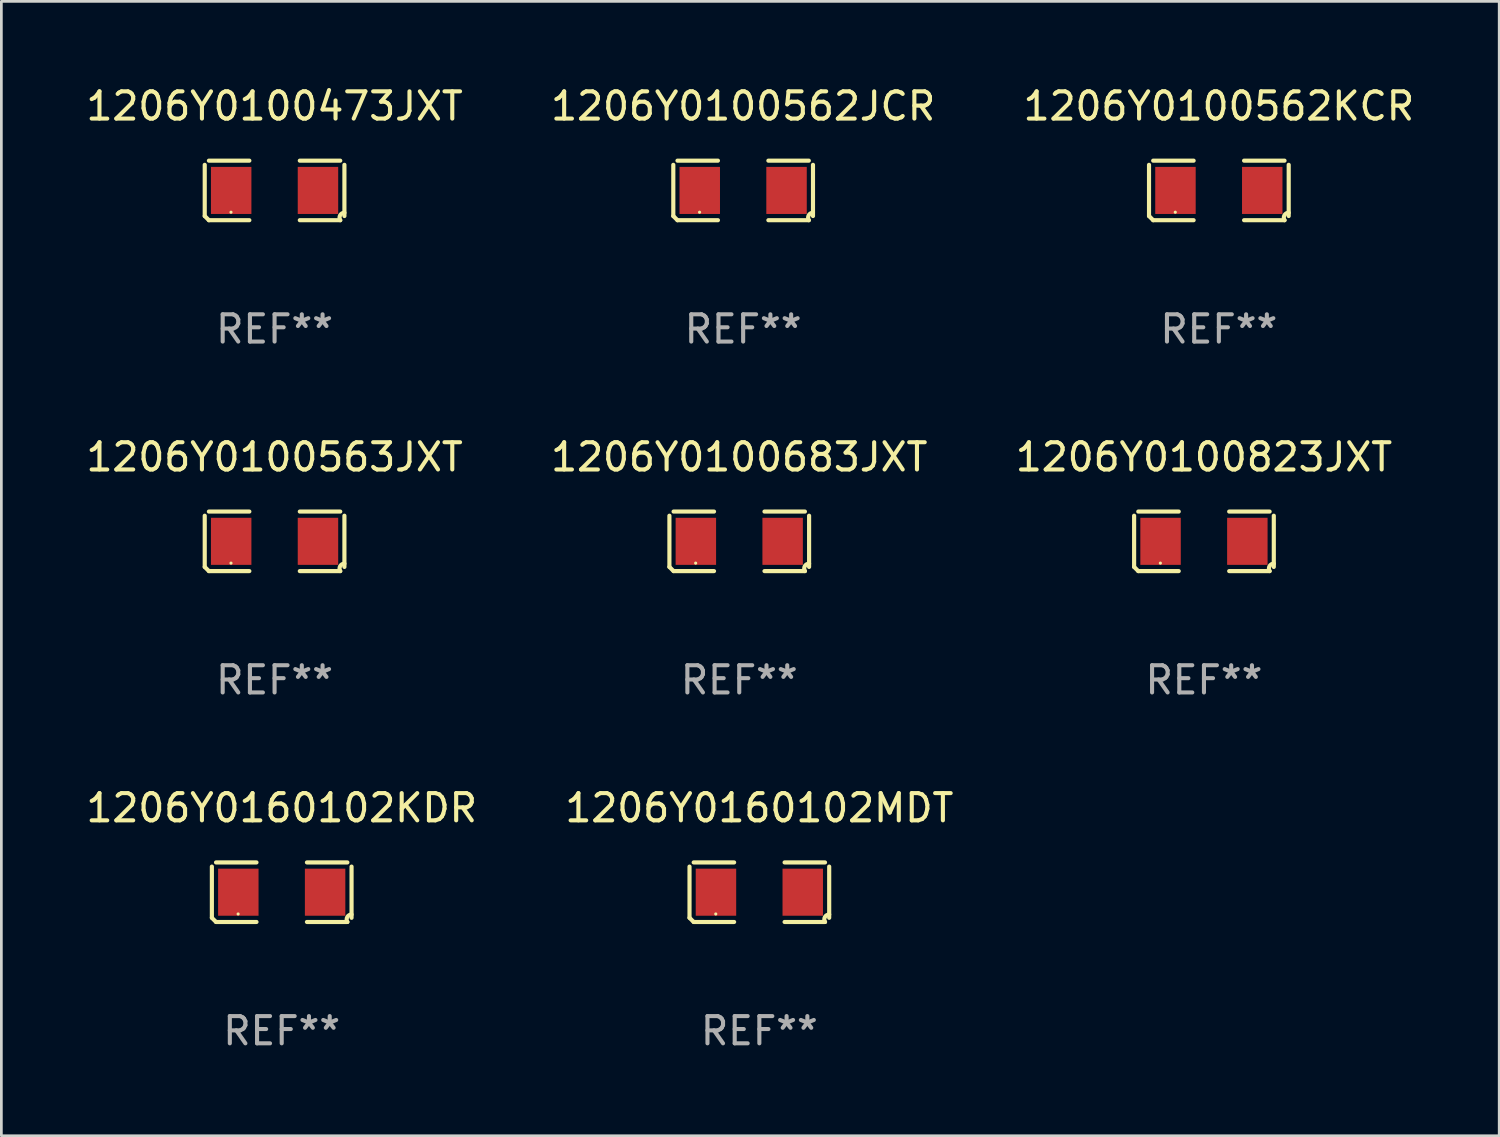
<source format=kicad_pcb>
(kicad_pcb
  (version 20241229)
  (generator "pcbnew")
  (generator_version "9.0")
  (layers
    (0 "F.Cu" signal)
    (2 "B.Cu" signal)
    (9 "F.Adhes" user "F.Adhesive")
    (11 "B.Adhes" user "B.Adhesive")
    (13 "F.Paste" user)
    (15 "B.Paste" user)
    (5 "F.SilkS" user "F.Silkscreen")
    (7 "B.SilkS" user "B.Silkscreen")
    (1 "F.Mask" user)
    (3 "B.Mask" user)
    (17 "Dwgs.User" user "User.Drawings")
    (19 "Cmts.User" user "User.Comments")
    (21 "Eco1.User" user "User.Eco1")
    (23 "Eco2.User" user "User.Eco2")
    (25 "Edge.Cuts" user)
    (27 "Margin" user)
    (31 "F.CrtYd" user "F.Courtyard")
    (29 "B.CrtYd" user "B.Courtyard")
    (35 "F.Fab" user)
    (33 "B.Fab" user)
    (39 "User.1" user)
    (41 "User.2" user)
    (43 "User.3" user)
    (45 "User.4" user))
  (footprint "1206Y0100683JXT"
    (layer "F.Cu")
    (at 24.089 16.823)
    (property "Reference" "1206Y0100683JXT" (at 0 -3.093 0) (layer "F.SilkS") (effects (font (size 1 1) (thickness 0.15))))
    (attr through_hole)
    (fp_line (start -2.564 0.94) (end -2.564 -0.94) (stroke (width 0.152) (type solid)) (layer "F.SilkS"))
    (fp_line (start -2.411 -1.093) (end -0.926 -1.093) (stroke (width 0.152) (type solid)) (layer "F.SilkS"))
    (fp_line (start -0.926 1.093) (end -2.411 1.093) (stroke (width 0.152) (type solid)) (layer "F.SilkS"))
    (fp_line (start 0.926 1.093) (end 2.411 1.093) (stroke (width 0.152) (type solid)) (layer "F.SilkS"))
    (fp_line (start 2.411 -1.093) (end 0.926 -1.093) (stroke (width 0.152) (type solid)) (layer "F.SilkS"))
    (fp_line (start 2.564 0.94) (end 2.564 -0.94) (stroke (width 0.152) (type solid)) (layer "F.SilkS"))
    (fp_arc (start -2.411201 1.092609) (mid -2.487413 1.01642) (end -2.563602 0.940208) (stroke (width 0.1524) (type solid)) (layer "F.SilkS"))
    (fp_arc (start 2.411201 1.092609) (mid 2.407159 0.911226) (end 2.563602 0.819347) (stroke (width 0.1524) (type solid)) (layer "F.SilkS"))
    (fp_circle (center -1.6 0.8) (end -1.57 0.8) (stroke (width 0.06) (type solid)) (fill no) (layer "F.SilkS"))
    (fp_text user "REF**" (at 0 5.093 0) (layer "F.Fab") (effects (font (size 1 1) (thickness 0.15))))
    (pad "1" smd rect (at -1.593 0) (size 1.485 1.728) (layers "F.Cu" "F.Mask" "F.Paste"))
    (pad "2" smd rect (at 1.593 0) (size 1.485 1.728) (layers "F.Cu" "F.Mask" "F.Paste")))
  (footprint "1206Y0160102MDT"
    (layer "F.Cu")
    (at 24.827 29.704)
    (property "Reference" "1206Y0160102MDT" (at 0 -3.093 0) (layer "F.SilkS") (effects (font (size 1 1) (thickness 0.15))))
    (attr through_hole)
    (fp_line (start -2.564 0.94) (end -2.564 -0.94) (stroke (width 0.152) (type solid)) (layer "F.SilkS"))
    (fp_line (start -2.411 -1.093) (end -0.926 -1.093) (stroke (width 0.152) (type solid)) (layer "F.SilkS"))
    (fp_line (start -0.926 1.093) (end -2.411 1.093) (stroke (width 0.152) (type solid)) (layer "F.SilkS"))
    (fp_line (start 0.926 1.093) (end 2.411 1.093) (stroke (width 0.152) (type solid)) (layer "F.SilkS"))
    (fp_line (start 2.411 -1.093) (end 0.926 -1.093) (stroke (width 0.152) (type solid)) (layer "F.SilkS"))
    (fp_line (start 2.564 0.94) (end 2.564 -0.94) (stroke (width 0.152) (type solid)) (layer "F.SilkS"))
    (fp_arc (start -2.411201 1.092609) (mid -2.487413 1.01642) (end -2.563602 0.940208) (stroke (width 0.1524) (type solid)) (layer "F.SilkS"))
    (fp_arc (start 2.411201 1.092609) (mid 2.407159 0.911226) (end 2.563602 0.819347) (stroke (width 0.1524) (type solid)) (layer "F.SilkS"))
    (fp_circle (center -1.6 0.8) (end -1.57 0.8) (stroke (width 0.06) (type solid)) (fill no) (layer "F.SilkS"))
    (fp_text user "REF**" (at 0 5.093 0) (layer "F.Fab") (effects (font (size 1 1) (thickness 0.15))))
    (pad "1" smd rect (at -1.593 0) (size 1.485 1.728) (layers "F.Cu" "F.Mask" "F.Paste"))
    (pad "2" smd rect (at 1.593 0) (size 1.485 1.728) (layers "F.Cu" "F.Mask" "F.Paste")))
  (footprint "1206Y0100562JCR"
    (layer "F.Cu")
    (at 24.232 3.941)
    (property "Reference" "1206Y0100562JCR" (at 0 -3.093 0) (layer "F.SilkS") (effects (font (size 1 1) (thickness 0.15))))
    (attr through_hole)
    (fp_line (start -2.564 0.94) (end -2.564 -0.94) (stroke (width 0.152) (type solid)) (layer "F.SilkS"))
    (fp_line (start -2.411 -1.093) (end -0.926 -1.093) (stroke (width 0.152) (type solid)) (layer "F.SilkS"))
    (fp_line (start -0.926 1.093) (end -2.411 1.093) (stroke (width 0.152) (type solid)) (layer "F.SilkS"))
    (fp_line (start 0.926 1.093) (end 2.411 1.093) (stroke (width 0.152) (type solid)) (layer "F.SilkS"))
    (fp_line (start 2.411 -1.093) (end 0.926 -1.093) (stroke (width 0.152) (type solid)) (layer "F.SilkS"))
    (fp_line (start 2.564 0.94) (end 2.564 -0.94) (stroke (width 0.152) (type solid)) (layer "F.SilkS"))
    (fp_arc (start -2.411201 1.092609) (mid -2.487413 1.01642) (end -2.563602 0.940208) (stroke (width 0.1524) (type solid)) (layer "F.SilkS"))
    (fp_arc (start 2.411201 1.092609) (mid 2.407159 0.911226) (end 2.563602 0.819347) (stroke (width 0.1524) (type solid)) (layer "F.SilkS"))
    (fp_circle (center -1.6 0.8) (end -1.57 0.8) (stroke (width 0.06) (type solid)) (fill no) (layer "F.SilkS"))
    (fp_text user "REF**" (at 0 5.093 0) (layer "F.Fab") (effects (font (size 1 1) (thickness 0.15))))
    (pad "1" smd rect (at -1.593 0) (size 1.485 1.728) (layers "F.Cu" "F.Mask" "F.Paste"))
    (pad "2" smd rect (at 1.593 0) (size 1.485 1.728) (layers "F.Cu" "F.Mask" "F.Paste")))
  (footprint "1206Y0100823JXT"
    (layer "F.Cu")
    (at 41.149 16.823)
    (property "Reference" "1206Y0100823JXT" (at 0 -3.093 0) (layer "F.SilkS") (effects (font (size 1 1) (thickness 0.15))))
    (attr through_hole)
    (fp_line (start -2.564 0.94) (end -2.564 -0.94) (stroke (width 0.152) (type solid)) (layer "F.SilkS"))
    (fp_line (start -2.411 -1.093) (end -0.926 -1.093) (stroke (width 0.152) (type solid)) (layer "F.SilkS"))
    (fp_line (start -0.926 1.093) (end -2.411 1.093) (stroke (width 0.152) (type solid)) (layer "F.SilkS"))
    (fp_line (start 0.926 1.093) (end 2.411 1.093) (stroke (width 0.152) (type solid)) (layer "F.SilkS"))
    (fp_line (start 2.411 -1.093) (end 0.926 -1.093) (stroke (width 0.152) (type solid)) (layer "F.SilkS"))
    (fp_line (start 2.564 0.94) (end 2.564 -0.94) (stroke (width 0.152) (type solid)) (layer "F.SilkS"))
    (fp_arc (start -2.411201 1.092609) (mid -2.487413 1.01642) (end -2.563602 0.940208) (stroke (width 0.1524) (type solid)) (layer "F.SilkS"))
    (fp_arc (start 2.411201 1.092609) (mid 2.407159 0.911226) (end 2.563602 0.819347) (stroke (width 0.1524) (type solid)) (layer "F.SilkS"))
    (fp_circle (center -1.6 0.8) (end -1.57 0.8) (stroke (width 0.06) (type solid)) (fill no) (layer "F.SilkS"))
    (fp_text user "REF**" (at 0 5.093 0) (layer "F.Fab") (effects (font (size 1 1) (thickness 0.15))))
    (pad "1" smd rect (at -1.593 0) (size 1.485 1.728) (layers "F.Cu" "F.Mask" "F.Paste"))
    (pad "2" smd rect (at 1.593 0) (size 1.485 1.728) (layers "F.Cu" "F.Mask" "F.Paste")))
  (footprint "1206Y0100562KCR"
    (layer "F.Cu")
    (at 41.696 3.941)
    (property "Reference" "1206Y0100562KCR" (at 0 -3.093 0) (layer "F.SilkS") (effects (font (size 1 1) (thickness 0.15))))
    (attr through_hole)
    (fp_line (start -2.564 0.94) (end -2.564 -0.94) (stroke (width 0.152) (type solid)) (layer "F.SilkS"))
    (fp_line (start -2.411 -1.093) (end -0.926 -1.093) (stroke (width 0.152) (type solid)) (layer "F.SilkS"))
    (fp_line (start -0.926 1.093) (end -2.411 1.093) (stroke (width 0.152) (type solid)) (layer "F.SilkS"))
    (fp_line (start 0.926 1.093) (end 2.411 1.093) (stroke (width 0.152) (type solid)) (layer "F.SilkS"))
    (fp_line (start 2.411 -1.093) (end 0.926 -1.093) (stroke (width 0.152) (type solid)) (layer "F.SilkS"))
    (fp_line (start 2.564 0.94) (end 2.564 -0.94) (stroke (width 0.152) (type solid)) (layer "F.SilkS"))
    (fp_arc (start -2.411201 1.092609) (mid -2.487413 1.01642) (end -2.563602 0.940208) (stroke (width 0.1524) (type solid)) (layer "F.SilkS"))
    (fp_arc (start 2.411201 1.092609) (mid 2.407159 0.911226) (end 2.563602 0.819347) (stroke (width 0.1524) (type solid)) (layer "F.SilkS"))
    (fp_circle (center -1.6 0.8) (end -1.57 0.8) (stroke (width 0.06) (type solid)) (fill no) (layer "F.SilkS"))
    (fp_text user "REF**" (at 0 5.093 0) (layer "F.Fab") (effects (font (size 1 1) (thickness 0.15))))
    (pad "1" smd rect (at -1.593 0) (size 1.485 1.728) (layers "F.Cu" "F.Mask" "F.Paste"))
    (pad "2" smd rect (at 1.593 0) (size 1.485 1.728) (layers "F.Cu" "F.Mask" "F.Paste")))
  (footprint "1206Y0100563JXT"
    (layer "F.Cu")
    (at 7.03 16.823)
    (property "Reference" "1206Y0100563JXT" (at 0 -3.093 0) (layer "F.SilkS") (effects (font (size 1 1) (thickness 0.15))))
    (attr through_hole)
    (fp_line (start -2.564 0.94) (end -2.564 -0.94) (stroke (width 0.152) (type solid)) (layer "F.SilkS"))
    (fp_line (start -2.411 -1.093) (end -0.926 -1.093) (stroke (width 0.152) (type solid)) (layer "F.SilkS"))
    (fp_line (start -0.926 1.093) (end -2.411 1.093) (stroke (width 0.152) (type solid)) (layer "F.SilkS"))
    (fp_line (start 0.926 1.093) (end 2.411 1.093) (stroke (width 0.152) (type solid)) (layer "F.SilkS"))
    (fp_line (start 2.411 -1.093) (end 0.926 -1.093) (stroke (width 0.152) (type solid)) (layer "F.SilkS"))
    (fp_line (start 2.564 0.94) (end 2.564 -0.94) (stroke (width 0.152) (type solid)) (layer "F.SilkS"))
    (fp_arc (start -2.411201 1.092609) (mid -2.487413 1.01642) (end -2.563602 0.940208) (stroke (width 0.1524) (type solid)) (layer "F.SilkS"))
    (fp_arc (start 2.411201 1.092609) (mid 2.407159 0.911226) (end 2.563602 0.819347) (stroke (width 0.1524) (type solid)) (layer "F.SilkS"))
    (fp_circle (center -1.6 0.8) (end -1.57 0.8) (stroke (width 0.06) (type solid)) (fill no) (layer "F.SilkS"))
    (fp_text user "REF**" (at 0 5.093 0) (layer "F.Fab") (effects (font (size 1 1) (thickness 0.15))))
    (pad "1" smd rect (at -1.593 0) (size 1.485 1.728) (layers "F.Cu" "F.Mask" "F.Paste"))
    (pad "2" smd rect (at 1.593 0) (size 1.485 1.728) (layers "F.Cu" "F.Mask" "F.Paste")))
  (footprint "1206Y0160102KDR"
    (layer "F.Cu")
    (at 7.292 29.704)
    (property "Reference" "1206Y0160102KDR" (at 0 -3.093 0) (layer "F.SilkS") (effects (font (size 1 1) (thickness 0.15))))
    (attr through_hole)
    (fp_line (start -2.564 0.94) (end -2.564 -0.94) (stroke (width 0.152) (type solid)) (layer "F.SilkS"))
    (fp_line (start -2.411 -1.093) (end -0.926 -1.093) (stroke (width 0.152) (type solid)) (layer "F.SilkS"))
    (fp_line (start -0.926 1.093) (end -2.411 1.093) (stroke (width 0.152) (type solid)) (layer "F.SilkS"))
    (fp_line (start 0.926 1.093) (end 2.411 1.093) (stroke (width 0.152) (type solid)) (layer "F.SilkS"))
    (fp_line (start 2.411 -1.093) (end 0.926 -1.093) (stroke (width 0.152) (type solid)) (layer "F.SilkS"))
    (fp_line (start 2.564 0.94) (end 2.564 -0.94) (stroke (width 0.152) (type solid)) (layer "F.SilkS"))
    (fp_arc (start -2.411201 1.092609) (mid -2.487413 1.01642) (end -2.563602 0.940208) (stroke (width 0.1524) (type solid)) (layer "F.SilkS"))
    (fp_arc (start 2.411201 1.092609) (mid 2.407159 0.911226) (end 2.563602 0.819347) (stroke (width 0.1524) (type solid)) (layer "F.SilkS"))
    (fp_circle (center -1.6 0.8) (end -1.57 0.8) (stroke (width 0.06) (type solid)) (fill no) (layer "F.SilkS"))
    (fp_text user "REF**" (at 0 5.093 0) (layer "F.Fab") (effects (font (size 1 1) (thickness 0.15))))
    (pad "1" smd rect (at -1.593 0) (size 1.485 1.728) (layers "F.Cu" "F.Mask" "F.Paste"))
    (pad "2" smd rect (at 1.593 0) (size 1.485 1.728) (layers "F.Cu" "F.Mask" "F.Paste")))
  (footprint "1206Y0100473JXT"
    (layer "F.Cu")
    (at 7.03 3.941)
    (property "Reference" "1206Y0100473JXT" (at 0 -3.093 0) (layer "F.SilkS") (effects (font (size 1 1) (thickness 0.15))))
    (attr through_hole)
    (fp_line (start -2.564 0.94) (end -2.564 -0.94) (stroke (width 0.152) (type solid)) (layer "F.SilkS"))
    (fp_line (start -2.411 -1.093) (end -0.926 -1.093) (stroke (width 0.152) (type solid)) (layer "F.SilkS"))
    (fp_line (start -0.926 1.093) (end -2.411 1.093) (stroke (width 0.152) (type solid)) (layer "F.SilkS"))
    (fp_line (start 0.926 1.093) (end 2.411 1.093) (stroke (width 0.152) (type solid)) (layer "F.SilkS"))
    (fp_line (start 2.411 -1.093) (end 0.926 -1.093) (stroke (width 0.152) (type solid)) (layer "F.SilkS"))
    (fp_line (start 2.564 0.94) (end 2.564 -0.94) (stroke (width 0.152) (type solid)) (layer "F.SilkS"))
    (fp_arc (start -2.411201 1.092609) (mid -2.487413 1.01642) (end -2.563602 0.940208) (stroke (width 0.1524) (type solid)) (layer "F.SilkS"))
    (fp_arc (start 2.411201 1.092609) (mid 2.407159 0.911226) (end 2.563602 0.819347) (stroke (width 0.1524) (type solid)) (layer "F.SilkS"))
    (fp_circle (center -1.6 0.8) (end -1.57 0.8) (stroke (width 0.06) (type solid)) (fill no) (layer "F.SilkS"))
    (fp_text user "REF**" (at 0 5.093 0) (layer "F.Fab") (effects (font (size 1 1) (thickness 0.15))))
    (pad "1" smd rect (at -1.593 0) (size 1.485 1.728) (layers "F.Cu" "F.Mask" "F.Paste"))
    (pad "2" smd rect (at 1.593 0) (size 1.485 1.728) (layers "F.Cu" "F.Mask" "F.Paste")))
  (gr_rect
    (start -3 -3)
    (end 51.988 38.645)
    (stroke (width 0.1) (type default))
    (fill no)
    (layer "Edge.Cuts")))
</source>
